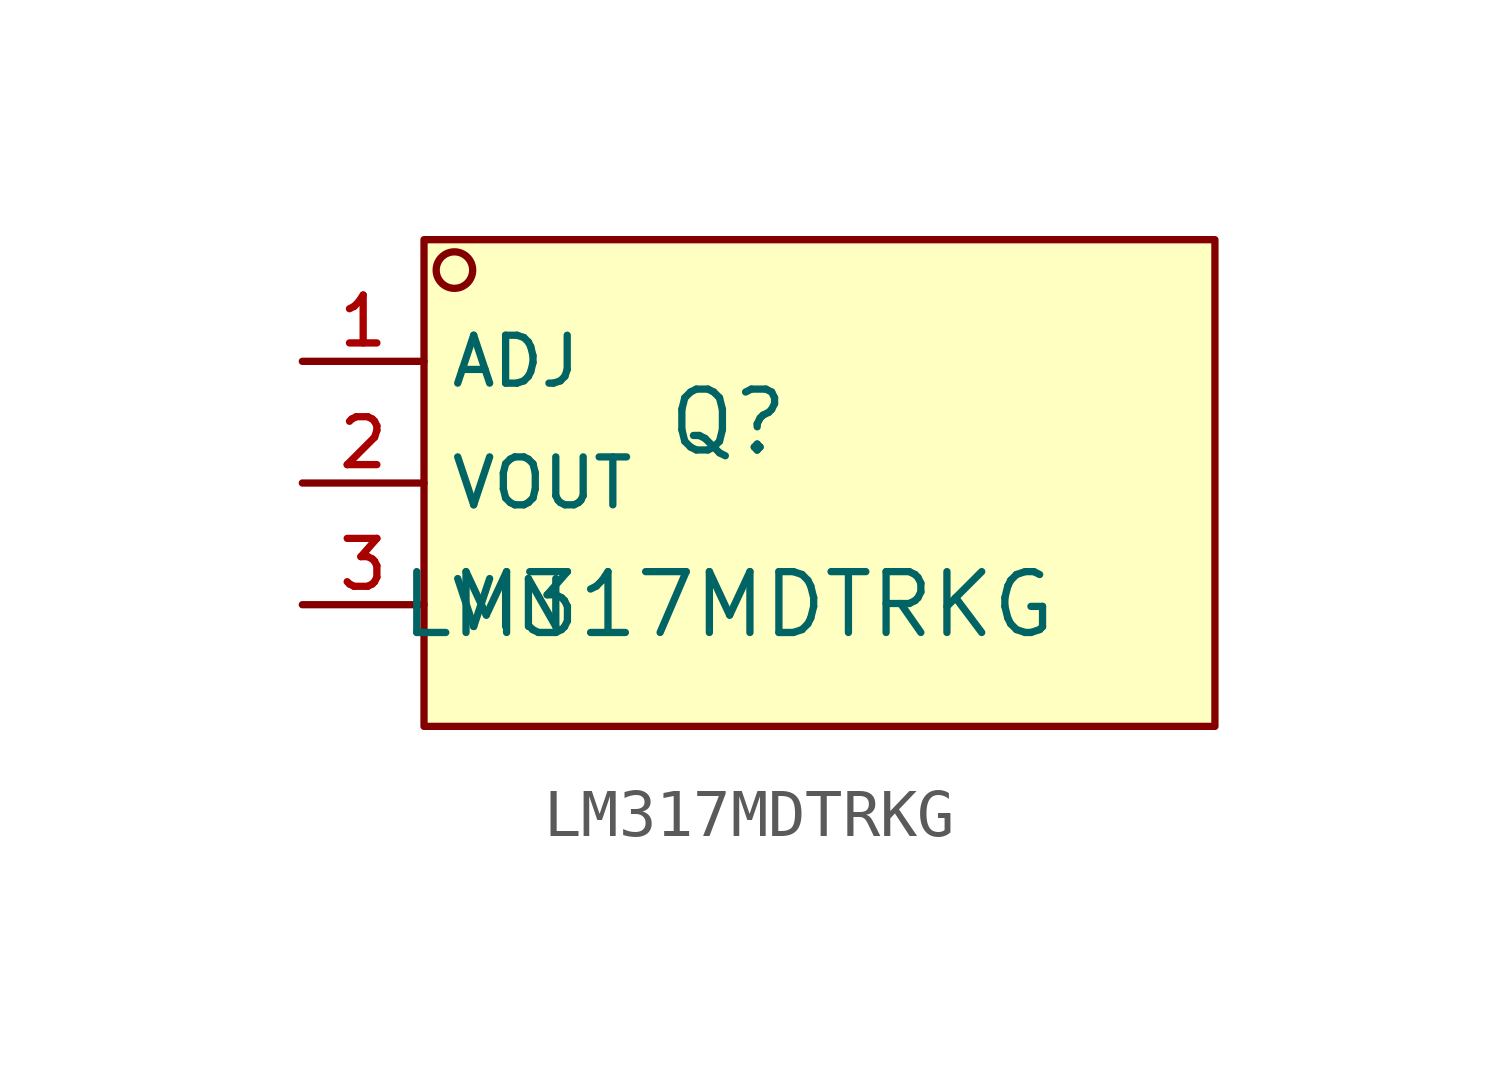
<source format=kicad_sym>
(kicad_symbol_lib
  (version 20210201)
  (generator TousstNicolas/JLC2KiCad_lib)
  (symbol "LM317MDTRKG"
    (property "Reference" "Q"
      (at 0 1.27 0)
      (effects (font (size 1.27 1.27))))
    (property "Value" "LM317MDTRKG"
      (at 0 -2.54 0)
      (effects (font (size 1.27 1.27))))
    (symbol "LM317MDTRKG_0_1"
      (rectangle (start -6.35 5.08) (end 10.16 -5.08) (stroke (width 0) (type default) (color 0 0 0 0)) (fill (type background)))
      (circle (center -5.715 4.445) (radius 0.381) (stroke (width 0) (type default) (color 0 0 0 0)) (fill (type background)))
      (pin unspecified line (at -8.89 2.54 0) (length 2.54) (name "ADJ" (effects (font (size 1 1)))) (number "1" (effects (font (size 1 1)))))
      (pin unspecified line (at -8.89 -0.0 0) (length 2.54) (name "VOUT" (effects (font (size 1 1)))) (number "2" (effects (font (size 1 1)))))
      (pin unspecified line (at -8.89 -2.54 0) (length 2.54) (name "VIN" (effects (font (size 1 1)))) (number "3" (effects (font (size 1 1))))))))
</source>
